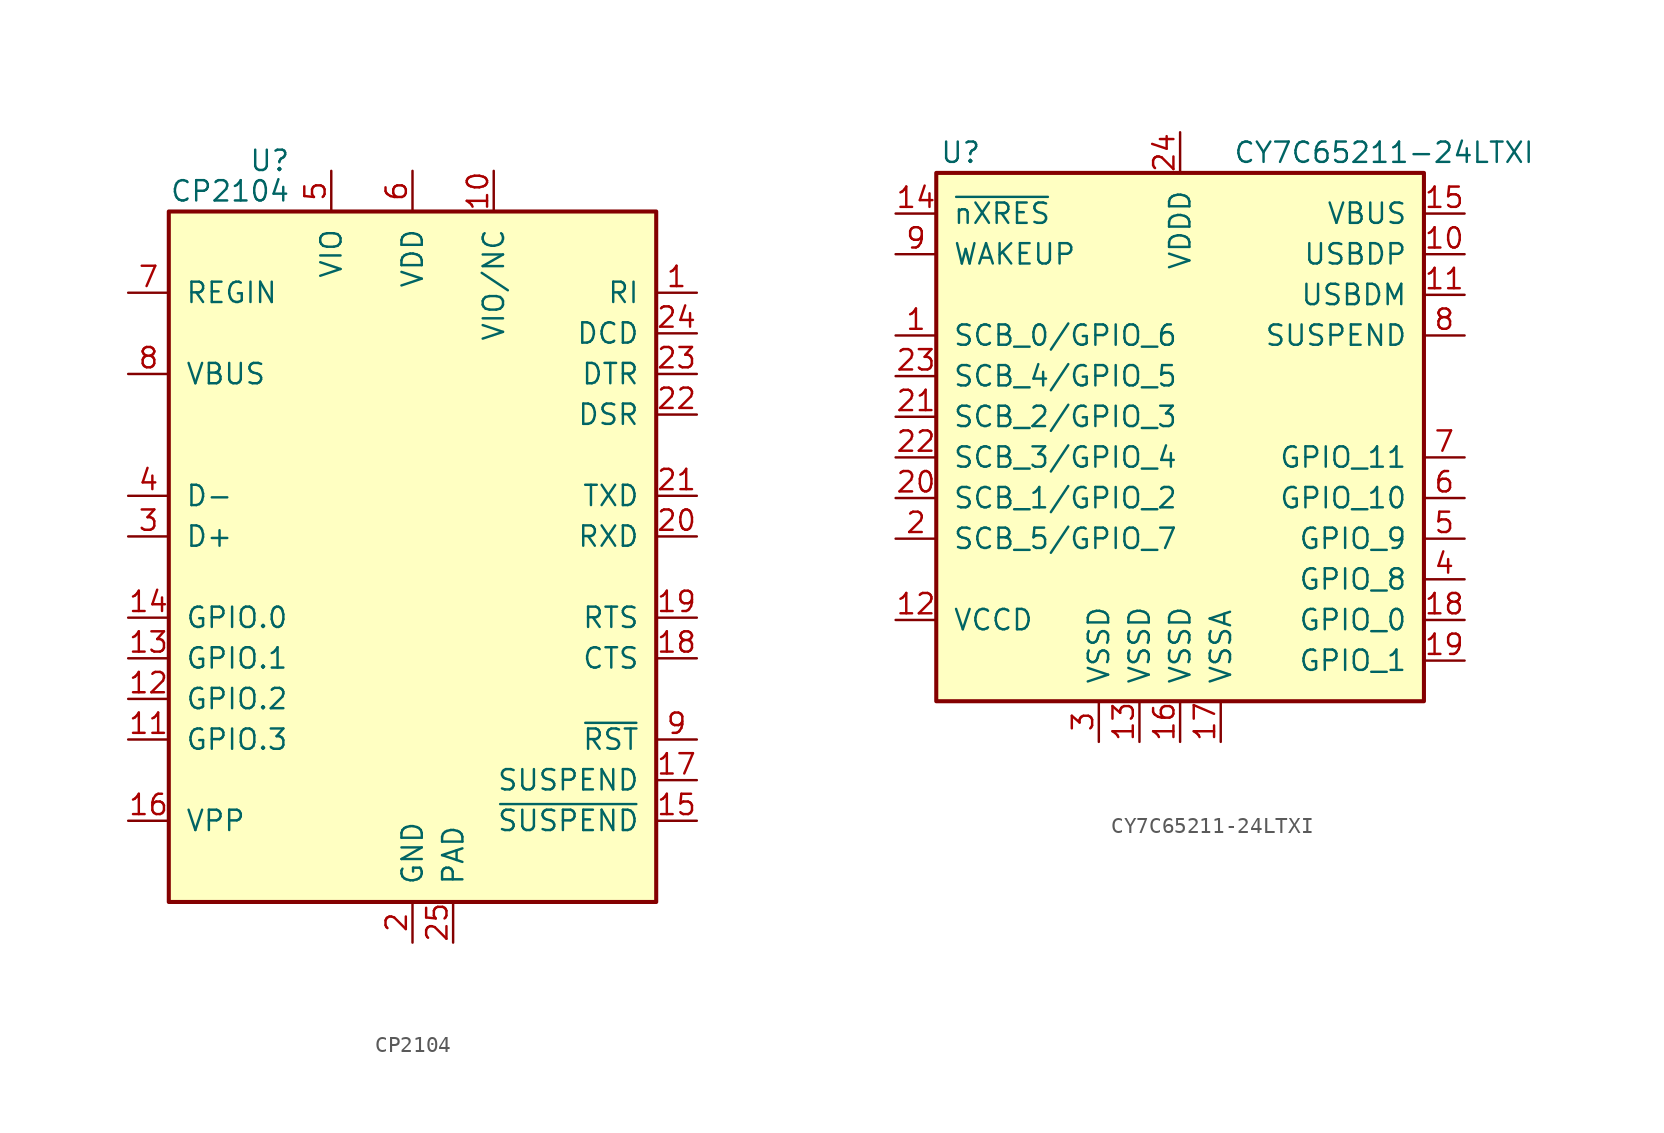
<source format=kicad_sym>
(kicad_symbol_lib
  (version 20211014)
  (generator kicad_symbol_editor)
  (symbol "CP2104"
    (pin_names
      (offset 1.016))
    (property "Reference" "U"
      (at -7.62 23.495 0)
      (effects (font (size 1.27 1.27)) (justify right)))
    (property "Value" "CP2104"
      (at -7.62 21.59 0)
      (effects (font (size 1.27 1.27)) (justify right)))
    (symbol "CP2104_0_1"
      (rectangle (start -15.24 20.32) (end 15.24 -22.86) (stroke (width 0.254) (type default) (color 0 0 0 0)) (fill (type background))))
    (symbol "CP2104_1_1"
      (pin input line (at 17.78 15.24 180) (length 2.54) (name "RI" (effects (font (size 1.27 1.27)))) (number "1" (effects (font (size 1.27 1.27)))))
      (pin power_out line (at 5.08 22.86 270) (length 2.54) (name "VIO/NC" (effects (font (size 1.27 1.27)))) (number "10" (effects (font (size 1.27 1.27)))))
      (pin bidirectional line (at -17.78 -12.7 0) (length 2.54) (name "GPIO.3" (effects (font (size 1.27 1.27)))) (number "11" (effects (font (size 1.27 1.27)))))
      (pin bidirectional line (at -17.78 -10.16 0) (length 2.54) (name "GPIO.2" (effects (font (size 1.27 1.27)))) (number "12" (effects (font (size 1.27 1.27)))))
      (pin bidirectional line (at -17.78 -7.62 0) (length 2.54) (name "GPIO.1" (effects (font (size 1.27 1.27)))) (number "13" (effects (font (size 1.27 1.27)))))
      (pin bidirectional line (at -17.78 -5.08 0) (length 2.54) (name "GPIO.0" (effects (font (size 1.27 1.27)))) (number "14" (effects (font (size 1.27 1.27)))))
      (pin output line (at 17.78 -17.78 180) (length 2.54) (name "~{SUSPEND}" (effects (font (size 1.27 1.27)))) (number "15" (effects (font (size 1.27 1.27)))))
      (pin passive line (at -17.78 -17.78 0) (length 2.54) (name "VPP" (effects (font (size 1.27 1.27)))) (number "16" (effects (font (size 1.27 1.27)))))
      (pin output line (at 17.78 -15.24 180) (length 2.54) (name "SUSPEND" (effects (font (size 1.27 1.27)))) (number "17" (effects (font (size 1.27 1.27)))))
      (pin input line (at 17.78 -7.62 180) (length 2.54) (name "CTS" (effects (font (size 1.27 1.27)))) (number "18" (effects (font (size 1.27 1.27)))))
      (pin output line (at 17.78 -5.08 180) (length 2.54) (name "RTS" (effects (font (size 1.27 1.27)))) (number "19" (effects (font (size 1.27 1.27)))))
      (pin power_in line (at 0 -25.4 90) (length 2.54) (name "GND" (effects (font (size 1.27 1.27)))) (number "2" (effects (font (size 1.27 1.27)))))
      (pin input line (at 17.78 0 180) (length 2.54) (name "RXD" (effects (font (size 1.27 1.27)))) (number "20" (effects (font (size 1.27 1.27)))))
      (pin output line (at 17.78 2.54 180) (length 2.54) (name "TXD" (effects (font (size 1.27 1.27)))) (number "21" (effects (font (size 1.27 1.27)))))
      (pin input line (at 17.78 7.62 180) (length 2.54) (name "DSR" (effects (font (size 1.27 1.27)))) (number "22" (effects (font (size 1.27 1.27)))))
      (pin output line (at 17.78 10.16 180) (length 2.54) (name "DTR" (effects (font (size 1.27 1.27)))) (number "23" (effects (font (size 1.27 1.27)))))
      (pin input line (at 17.78 12.7 180) (length 2.54) (name "DCD" (effects (font (size 1.27 1.27)))) (number "24" (effects (font (size 1.27 1.27)))))
      (pin power_in line (at 2.54 -25.4 90) (length 2.54) (name "PAD" (effects (font (size 1.27 1.27)))) (number "25" (effects (font (size 1.27 1.27)))))
      (pin bidirectional line (at -17.78 0 0) (length 2.54) (name "D+" (effects (font (size 1.27 1.27)))) (number "3" (effects (font (size 1.27 1.27)))))
      (pin bidirectional line (at -17.78 2.54 0) (length 2.54) (name "D-" (effects (font (size 1.27 1.27)))) (number "4" (effects (font (size 1.27 1.27)))))
      (pin power_in line (at -5.08 22.86 270) (length 2.54) (name "VIO" (effects (font (size 1.27 1.27)))) (number "5" (effects (font (size 1.27 1.27)))))
      (pin power_in line (at 0 22.86 270) (length 2.54) (name "VDD" (effects (font (size 1.27 1.27)))) (number "6" (effects (font (size 1.27 1.27)))))
      (pin power_in line (at -17.78 15.24 0) (length 2.54) (name "REGIN" (effects (font (size 1.27 1.27)))) (number "7" (effects (font (size 1.27 1.27)))))
      (pin input line (at -17.78 10.16 0) (length 2.54) (name "VBUS" (effects (font (size 1.27 1.27)))) (number "8" (effects (font (size 1.27 1.27)))))
      (pin bidirectional line (at 17.78 -12.7 180) (length 2.54) (name "~{RST}" (effects (font (size 1.27 1.27)))) (number "9" (effects (font (size 1.27 1.27)))))))
  (symbol "CY7C65211-24LTXI"
    (pin_names
      (offset 1.016))
    (property "Reference" "U"
      (at -13.716 16.51 0)
      (effects (font (size 1.27 1.27))))
    (property "Value" "CY7C65211-24LTXI"
      (at 3.302 16.51 0)
      (effects (font (size 1.27 1.27)) (justify left)))
    (symbol "CY7C65211-24LTXI_0_1"
      (rectangle (start -15.24 15.24) (end 15.24 -17.78) (stroke (width 0.254) (type default) (color 0 0 0 0)) (fill (type background))))
    (symbol "CY7C65211-24LTXI_1_1"
      (pin bidirectional line (at -17.78 5.08 0) (length 2.54) (name "SCB_0/GPIO_6" (effects (font (size 1.27 1.27)))) (number "1" (effects (font (size 1.27 1.27)))))
      (pin bidirectional line (at 17.78 10.16 180) (length 2.54) (name "USBDP" (effects (font (size 1.27 1.27)))) (number "10" (effects (font (size 1.27 1.27)))))
      (pin bidirectional line (at 17.78 7.62 180) (length 2.54) (name "USBDM" (effects (font (size 1.27 1.27)))) (number "11" (effects (font (size 1.27 1.27)))))
      (pin power_in line (at -17.78 -12.7 0) (length 2.54) (name "VCCD" (effects (font (size 1.27 1.27)))) (number "12" (effects (font (size 1.27 1.27)))))
      (pin power_in line (at -2.54 -20.32 90) (length 2.54) (name "VSSD" (effects (font (size 1.27 1.27)))) (number "13" (effects (font (size 1.27 1.27)))))
      (pin input line (at -17.78 12.7 0) (length 2.54) (name "~{nXRES}" (effects (font (size 1.27 1.27)))) (number "14" (effects (font (size 1.27 1.27)))))
      (pin power_out line (at 17.78 12.7 180) (length 2.54) (name "VBUS" (effects (font (size 1.27 1.27)))) (number "15" (effects (font (size 1.27 1.27)))))
      (pin power_in line (at 0 -20.32 90) (length 2.54) (name "VSSD" (effects (font (size 1.27 1.27)))) (number "16" (effects (font (size 1.27 1.27)))))
      (pin power_in line (at 2.54 -20.32 90) (length 2.54) (name "VSSA" (effects (font (size 1.27 1.27)))) (number "17" (effects (font (size 1.27 1.27)))))
      (pin tri_state line (at 17.78 -12.7 180) (length 2.54) (name "GPIO_0" (effects (font (size 1.27 1.27)))) (number "18" (effects (font (size 1.27 1.27)))))
      (pin tri_state line (at 17.78 -15.24 180) (length 2.54) (name "GPIO_1" (effects (font (size 1.27 1.27)))) (number "19" (effects (font (size 1.27 1.27)))))
      (pin bidirectional line (at -17.78 -7.62 0) (length 2.54) (name "SCB_5/GPIO_7" (effects (font (size 1.27 1.27)))) (number "2" (effects (font (size 1.27 1.27)))))
      (pin bidirectional line (at -17.78 -5.08 0) (length 2.54) (name "SCB_1/GPIO_2" (effects (font (size 1.27 1.27)))) (number "20" (effects (font (size 1.27 1.27)))))
      (pin bidirectional line (at -17.78 0 0) (length 2.54) (name "SCB_2/GPIO_3" (effects (font (size 1.27 1.27)))) (number "21" (effects (font (size 1.27 1.27)))))
      (pin bidirectional line (at -17.78 -2.54 0) (length 2.54) (name "SCB_3/GPIO_4" (effects (font (size 1.27 1.27)))) (number "22" (effects (font (size 1.27 1.27)))))
      (pin bidirectional line (at -17.78 2.54 0) (length 2.54) (name "SCB_4/GPIO_5" (effects (font (size 1.27 1.27)))) (number "23" (effects (font (size 1.27 1.27)))))
      (pin power_in line (at 0 17.78 270) (length 2.54) (name "VDDD" (effects (font (size 1.27 1.27)))) (number "24" (effects (font (size 1.27 1.27)))))
      (pin no_connect line (at -15.24 -15.24 0) (length 2.54) hide (name "1EP" (effects (font (size 1.27 1.27)))) (number "25" (effects (font (size 1.27 1.27)))))
      (pin power_in line (at -5.08 -20.32 90) (length 2.54) (name "VSSD" (effects (font (size 1.27 1.27)))) (number "3" (effects (font (size 1.27 1.27)))))
      (pin tri_state line (at 17.78 -10.16 180) (length 2.54) (name "GPIO_8" (effects (font (size 1.27 1.27)))) (number "4" (effects (font (size 1.27 1.27)))))
      (pin tri_state line (at 17.78 -7.62 180) (length 2.54) (name "GPIO_9" (effects (font (size 1.27 1.27)))) (number "5" (effects (font (size 1.27 1.27)))))
      (pin tri_state line (at 17.78 -5.08 180) (length 2.54) (name "GPIO_10" (effects (font (size 1.27 1.27)))) (number "6" (effects (font (size 1.27 1.27)))))
      (pin tri_state line (at 17.78 -2.54 180) (length 2.54) (name "GPIO_11" (effects (font (size 1.27 1.27)))) (number "7" (effects (font (size 1.27 1.27)))))
      (pin output line (at 17.78 5.08 180) (length 2.54) (name "SUSPEND" (effects (font (size 1.27 1.27)))) (number "8" (effects (font (size 1.27 1.27)))))
      (pin input line (at -17.78 10.16 0) (length 2.54) (name "WAKEUP" (effects (font (size 1.27 1.27)))) (number "9" (effects (font (size 1.27 1.27))))))))
</source>
